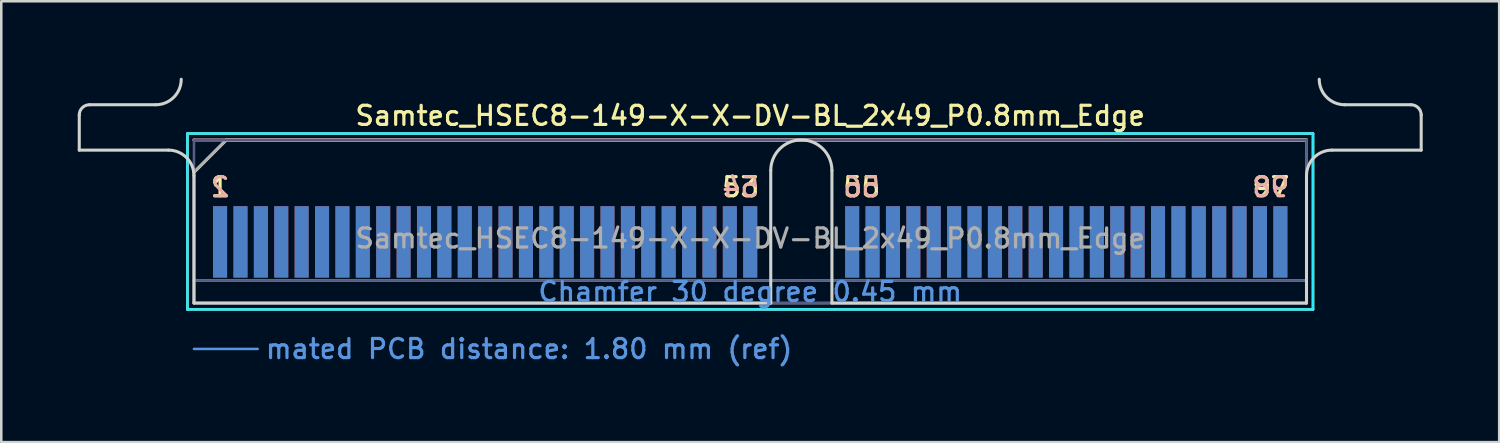
<source format=kicad_pcb>
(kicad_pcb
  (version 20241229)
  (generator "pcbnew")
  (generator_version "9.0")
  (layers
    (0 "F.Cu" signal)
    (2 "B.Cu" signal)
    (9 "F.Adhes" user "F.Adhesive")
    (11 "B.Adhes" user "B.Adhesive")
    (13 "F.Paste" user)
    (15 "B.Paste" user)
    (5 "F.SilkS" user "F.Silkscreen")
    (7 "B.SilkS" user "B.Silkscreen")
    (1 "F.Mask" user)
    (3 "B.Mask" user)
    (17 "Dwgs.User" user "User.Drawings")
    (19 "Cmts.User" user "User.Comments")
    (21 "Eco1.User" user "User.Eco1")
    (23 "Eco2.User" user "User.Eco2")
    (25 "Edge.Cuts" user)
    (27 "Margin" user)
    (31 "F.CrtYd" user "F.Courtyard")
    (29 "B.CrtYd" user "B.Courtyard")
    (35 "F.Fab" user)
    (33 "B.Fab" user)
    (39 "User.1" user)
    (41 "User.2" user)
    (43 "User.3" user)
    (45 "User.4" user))
  (footprint "Samtec_HSEC8-149-X-X-DV-BL_2x49_P0.8mm_Edge"
    (layer "F.Cu")
    (at 26.385 8.84)
    (property "Reference" "Samtec_HSEC8-149-X-X-DV-BL_2x49_P0.8mm_Edge" (at 0 -7.35 0) (layer "F.SilkS") (effects (font (size 0.75 0.75) (thickness 0.125))))
    (attr exclude_from_pos_files exclude_from_bom)
    (fp_line (start -22.08 -6.65) (end -22.08 0.25) (stroke (width 0.1) (type solid)) (layer "F.SilkS"))
    (fp_line (start -22.08 0.25) (end 22.08 0.25) (stroke (width 0.1) (type solid)) (layer "F.SilkS"))
    (fp_line (start -21.825 -5.13) (end -20.555 -6.4) (stroke (width 0.12) (type solid)) (layer "F.SilkS"))
    (fp_line (start -20.555 -6.4) (end 21.825 -6.4) (stroke (width 0.12) (type solid)) (layer "F.SilkS"))
    (fp_line (start 22.08 -6.65) (end -22.08 -6.65) (stroke (width 0.1) (type solid)) (layer "F.SilkS"))
    (fp_line (start 22.08 0.25) (end 22.08 -6.65) (stroke (width 0.1) (type solid)) (layer "F.SilkS"))
    (fp_line (start -21.825 -6.4) (end -21.825 -6.4) (stroke (width 0.12) (type solid)) (layer "B.SilkS"))
    (fp_line (start -21.825 -6.4) (end 21.825 -6.4) (stroke (width 0.12) (type solid)) (layer "B.SilkS"))
    (fp_line (start -21.825 1.8) (end -19.325 1.8) (stroke (width 0.1) (type solid)) (layer "Cmts.User"))
    (fp_line (start -26.325 -6) (end -26.325 -7.38) (stroke (width 0.12) (type solid)) (layer "Edge.Cuts"))
    (fp_line (start -25.925 -7.78) (end -23.325 -7.78) (stroke (width 0.12) (type solid)) (layer "Edge.Cuts"))
    (fp_line (start -22.825 -6) (end -26.325 -6) (stroke (width 0.12) (type solid)) (layer "Edge.Cuts"))
    (fp_line (start -21.825 -5) (end -21.825 0) (stroke (width 0.12) (type solid)) (layer "Edge.Cuts"))
    (fp_line (start -21.825 0) (end 0.805 0) (stroke (width 0.12) (type solid)) (layer "Edge.Cuts"))
    (fp_line (start 0.805 0) (end 0.805 -5.2) (stroke (width 0.12) (type solid)) (layer "Edge.Cuts"))
    (fp_line (start 3.205 -5.2) (end 3.205 0) (stroke (width 0.12) (type solid)) (layer "Edge.Cuts"))
    (fp_line (start 3.205 0) (end 21.825 0) (stroke (width 0.12) (type solid)) (layer "Edge.Cuts"))
    (fp_line (start 21.825 0) (end 21.825 -5) (stroke (width 0.12) (type solid)) (layer "Edge.Cuts"))
    (fp_line (start 22.825 -6) (end 26.325 -6) (stroke (width 0.12) (type solid)) (layer "Edge.Cuts"))
    (fp_line (start 25.925 -7.78) (end 23.325 -7.78) (stroke (width 0.12) (type solid)) (layer "Edge.Cuts"))
    (fp_line (start 26.325 -6) (end 26.325 -7.38) (stroke (width 0.12) (type solid)) (layer "Edge.Cuts"))
    (fp_arc (start -26.325 -7.38) (mid -26.207843 -7.662843) (end -25.925 -7.78) (stroke (width 0.12) (type solid)) (layer "Edge.Cuts"))
    (fp_arc (start -22.825 -6) (mid -22.117893 -5.707107) (end -21.825 -5) (stroke (width 0.12) (type solid)) (layer "Edge.Cuts"))
    (fp_arc (start -22.325 -8.78) (mid -22.617893 -8.072893) (end -23.325 -7.78) (stroke (width 0.12) (type solid)) (layer "Edge.Cuts"))
    (fp_arc (start 0.805 -5.2) (mid 2.005 -6.4) (end 3.205 -5.2) (stroke (width 0.12) (type solid)) (layer "Edge.Cuts"))
    (fp_arc (start 21.825 -5) (mid 22.117893 -5.707107) (end 22.825 -6) (stroke (width 0.12) (type solid)) (layer "Edge.Cuts"))
    (fp_arc (start 23.325 -7.78) (mid 22.617893 -8.072893) (end 22.325 -8.78) (stroke (width 0.12) (type solid)) (layer "Edge.Cuts"))
    (fp_arc (start 25.925 -7.78) (mid 26.207843 -7.662843) (end 26.325 -7.38) (stroke (width 0.12) (type solid)) (layer "Edge.Cuts"))
    (fp_line (start -22.08 -6.65) (end -22.08 0.25) (stroke (width 0.1) (type solid)) (layer "B.CrtYd"))
    (fp_line (start -22.08 0.25) (end 22.08 0.25) (stroke (width 0.1) (type solid)) (layer "B.CrtYd"))
    (fp_line (start 22.08 -6.65) (end -22.08 -6.65) (stroke (width 0.1) (type solid)) (layer "B.CrtYd"))
    (fp_line (start 22.08 0.25) (end 22.08 -6.65) (stroke (width 0.1) (type solid)) (layer "B.CrtYd"))
    (fp_line (start -21.825 -6.4) (end -21.825 -6.4) (stroke (width 0.1) (type solid)) (layer "B.Fab"))
    (fp_line (start -21.825 -6.4) (end -21.825 0) (stroke (width 0.1) (type solid)) (layer "B.Fab"))
    (fp_line (start -21.825 -6.4) (end 21.825 -6.4) (stroke (width 0.1) (type solid)) (layer "B.Fab"))
    (fp_line (start -21.825 -0.88) (end 21.825 -0.88) (stroke (width 0.1) (type solid)) (layer "B.Fab"))
    (fp_line (start -21.825 0) (end 21.825 0) (stroke (width 0.1) (type solid)) (layer "B.Fab"))
    (fp_line (start 21.825 -6.4) (end 21.825 0) (stroke (width 0.1) (type solid)) (layer "B.Fab"))
    (fp_line (start -21.825 -5.13) (end -21.825 0) (stroke (width 0.1) (type solid)) (layer "F.Fab"))
    (fp_line (start -21.825 -5.13) (end -20.555 -6.4) (stroke (width 0.1) (type solid)) (layer "F.Fab"))
    (fp_line (start -21.825 -0.88) (end 21.825 -0.88) (stroke (width 0.1) (type solid)) (layer "F.Fab"))
    (fp_line (start -21.825 0) (end 21.825 0) (stroke (width 0.1) (type solid)) (layer "F.Fab"))
    (fp_line (start -20.555 -6.4) (end 21.825 -6.4) (stroke (width 0.1) (type solid)) (layer "F.Fab"))
    (fp_line (start 21.825 -6.4) (end 21.825 0) (stroke (width 0.1) (type solid)) (layer "F.Fab"))
    (fp_text user "53" (at -0.375 -4.55 0) (layer "F.SilkS") (effects (font (size 0.75 0.75) (thickness 0.125))))
    (fp_text user "97" (at 20.425 -4.55 0) (layer "F.SilkS") (effects (font (size 0.75 0.75) (thickness 0.125))))
    (fp_text user "1" (at -20.8 -4.55 0) (layer "F.SilkS") (effects (font (size 0.75 0.75) (thickness 0.125))))
    (fp_text user "55" (at 4.375 -4.55 0) (layer "F.SilkS") (effects (font (size 0.75 0.75) (thickness 0.125))))
    (fp_text user "54" (at -0.375 -4.55 0) (layer "B.SilkS") (effects (font (size 0.75 0.75) (thickness 0.125)) (justify mirror)))
    (fp_text user "56" (at 4.375 -4.55 0) (layer "B.SilkS") (effects (font (size 0.75 0.75) (thickness 0.125)) (justify mirror)))
    (fp_text user "2" (at -20.8 -4.55 0) (layer "B.SilkS") (effects (font (size 0.75 0.75) (thickness 0.125)) (justify mirror)))
    (fp_text user "98" (at 20.425 -4.55 0) (layer "B.SilkS") (effects (font (size 0.75 0.75) (thickness 0.125)) (justify mirror)))
    (fp_text user "mated PCB distance: 1.80 mm (ref)" (at -19.08 1.8 0) (layer "Cmts.User") (effects (font (size 0.75 0.75) (thickness 0.125)) (justify left)))
    (fp_text user "Chamfer 30 degree 0.45 mm" (at 0 -0.44 0) (layer "Cmts.User") (effects (font (size 0.75 0.75) (thickness 0.125))))
    (fp_text user "${REFERENCE}" (at 0 -2.54 0) (layer "F.Fab") (effects (font (size 0.75 0.75) (thickness 0.125))))
    (pad "1" connect rect (at -20.8 -2.4) (size 0.55 2.8) (layers "F.Cu" "F.Mask"))
    (pad "2" connect rect (at -20.8 -2.4) (size 0.55 2.8) (layers "B.Cu" "B.Mask"))
    (pad "3" connect rect (at -20 -2.4) (size 0.55 2.8) (layers "F.Cu" "F.Mask"))
    (pad "4" connect rect (at -20 -2.4) (size 0.55 2.8) (layers "B.Cu" "B.Mask"))
    (pad "5" connect rect (at -19.2 -2.4) (size 0.55 2.8) (layers "F.Cu" "F.Mask"))
    (pad "6" connect rect (at -19.2 -2.4) (size 0.55 2.8) (layers "B.Cu" "B.Mask"))
    (pad "7" connect rect (at -18.4 -2.4) (size 0.55 2.8) (layers "F.Cu" "F.Mask"))
    (pad "8" connect rect (at -18.4 -2.4) (size 0.55 2.8) (layers "B.Cu" "B.Mask"))
    (pad "9" connect rect (at -17.6 -2.4) (size 0.55 2.8) (layers "F.Cu" "F.Mask"))
    (pad "10" connect rect (at -17.6 -2.4) (size 0.55 2.8) (layers "B.Cu" "B.Mask"))
    (pad "11" connect rect (at -16.8 -2.4) (size 0.55 2.8) (layers "F.Cu" "F.Mask"))
    (pad "12" connect rect (at -16.8 -2.4) (size 0.55 2.8) (layers "B.Cu" "B.Mask"))
    (pad "13" connect rect (at -16 -2.4) (size 0.55 2.8) (layers "F.Cu" "F.Mask"))
    (pad "14" connect rect (at -16 -2.4) (size 0.55 2.8) (layers "B.Cu" "B.Mask"))
    (pad "15" connect rect (at -15.2 -2.4) (size 0.55 2.8) (layers "F.Cu" "F.Mask"))
    (pad "16" connect rect (at -15.2 -2.4) (size 0.55 2.8) (layers "B.Cu" "B.Mask"))
    (pad "17" connect rect (at -14.4 -2.4) (size 0.55 2.8) (layers "F.Cu" "F.Mask"))
    (pad "18" connect rect (at -14.4 -2.4) (size 0.55 2.8) (layers "B.Cu" "B.Mask"))
    (pad "19" connect rect (at -13.6 -2.4) (size 0.55 2.8) (layers "F.Cu" "F.Mask"))
    (pad "20" connect rect (at -13.6 -2.4) (size 0.55 2.8) (layers "B.Cu" "B.Mask"))
    (pad "21" connect rect (at -12.8 -2.4) (size 0.55 2.8) (layers "F.Cu" "F.Mask"))
    (pad "22" connect rect (at -12.8 -2.4) (size 0.55 2.8) (layers "B.Cu" "B.Mask"))
    (pad "23" connect rect (at -12 -2.4) (size 0.55 2.8) (layers "F.Cu" "F.Mask"))
    (pad "24" connect rect (at -12 -2.4) (size 0.55 2.8) (layers "B.Cu" "B.Mask"))
    (pad "25" connect rect (at -11.2 -2.4) (size 0.55 2.8) (layers "F.Cu" "F.Mask"))
    (pad "26" connect rect (at -11.2 -2.4) (size 0.55 2.8) (layers "B.Cu" "B.Mask"))
    (pad "27" connect rect (at -10.4 -2.4) (size 0.55 2.8) (layers "F.Cu" "F.Mask"))
    (pad "28" connect rect (at -10.4 -2.4) (size 0.55 2.8) (layers "B.Cu" "B.Mask"))
    (pad "29" connect rect (at -9.6 -2.4) (size 0.55 2.8) (layers "F.Cu" "F.Mask"))
    (pad "30" connect rect (at -9.6 -2.4) (size 0.55 2.8) (layers "B.Cu" "B.Mask"))
    (pad "31" connect rect (at -8.8 -2.4) (size 0.55 2.8) (layers "F.Cu" "F.Mask"))
    (pad "32" connect rect (at -8.8 -2.4) (size 0.55 2.8) (layers "B.Cu" "B.Mask"))
    (pad "33" connect rect (at -8 -2.4) (size 0.55 2.8) (layers "F.Cu" "F.Mask"))
    (pad "34" connect rect (at -8 -2.4) (size 0.55 2.8) (layers "B.Cu" "B.Mask"))
    (pad "35" connect rect (at -7.2 -2.4) (size 0.55 2.8) (layers "F.Cu" "F.Mask"))
    (pad "36" connect rect (at -7.2 -2.4) (size 0.55 2.8) (layers "B.Cu" "B.Mask"))
    (pad "37" connect rect (at -6.4 -2.4) (size 0.55 2.8) (layers "F.Cu" "F.Mask"))
    (pad "38" connect rect (at -6.4 -2.4) (size 0.55 2.8) (layers "B.Cu" "B.Mask"))
    (pad "39" connect rect (at -5.6 -2.4) (size 0.55 2.8) (layers "F.Cu" "F.Mask"))
    (pad "40" connect rect (at -5.6 -2.4) (size 0.55 2.8) (layers "B.Cu" "B.Mask"))
    (pad "41" connect rect (at -4.8 -2.4) (size 0.55 2.8) (layers "F.Cu" "F.Mask"))
    (pad "42" connect rect (at -4.8 -2.4) (size 0.55 2.8) (layers "B.Cu" "B.Mask"))
    (pad "43" connect rect (at -4 -2.4) (size 0.55 2.8) (layers "F.Cu" "F.Mask"))
    (pad "44" connect rect (at -4 -2.4) (size 0.55 2.8) (layers "B.Cu" "B.Mask"))
    (pad "45" connect rect (at -3.2 -2.4) (size 0.55 2.8) (layers "F.Cu" "F.Mask"))
    (pad "46" connect rect (at -3.2 -2.4) (size 0.55 2.8) (layers "B.Cu" "B.Mask"))
    (pad "47" connect rect (at -2.4 -2.4) (size 0.55 2.8) (layers "F.Cu" "F.Mask"))
    (pad "48" connect rect (at -2.4 -2.4) (size 0.55 2.8) (layers "B.Cu" "B.Mask"))
    (pad "49" connect rect (at -1.6 -2.4) (size 0.55 2.8) (layers "F.Cu" "F.Mask"))
    (pad "50" connect rect (at -1.6 -2.4) (size 0.55 2.8) (layers "B.Cu" "B.Mask"))
    (pad "51" connect rect (at -0.8 -2.4) (size 0.55 2.8) (layers "F.Cu" "F.Mask"))
    (pad "52" connect rect (at -0.8 -2.4) (size 0.55 2.8) (layers "B.Cu" "B.Mask"))
    (pad "53" connect rect (at 0 -2.4) (size 0.55 2.8) (layers "F.Cu" "F.Mask"))
    (pad "54" connect rect (at 0 -2.4) (size 0.55 2.8) (layers "B.Cu" "B.Mask"))
    (pad "55" connect rect (at 4 -2.4) (size 0.55 2.8) (layers "F.Cu" "F.Mask"))
    (pad "56" connect rect (at 4 -2.4) (size 0.55 2.8) (layers "B.Cu" "B.Mask"))
    (pad "57" connect rect (at 4.8 -2.4) (size 0.55 2.8) (layers "F.Cu" "F.Mask"))
    (pad "58" connect rect (at 4.8 -2.4) (size 0.55 2.8) (layers "B.Cu" "B.Mask"))
    (pad "59" connect rect (at 5.6 -2.4) (size 0.55 2.8) (layers "F.Cu" "F.Mask"))
    (pad "60" connect rect (at 5.6 -2.4) (size 0.55 2.8) (layers "B.Cu" "B.Mask"))
    (pad "61" connect rect (at 6.4 -2.4) (size 0.55 2.8) (layers "F.Cu" "F.Mask"))
    (pad "62" connect rect (at 6.4 -2.4) (size 0.55 2.8) (layers "B.Cu" "B.Mask"))
    (pad "63" connect rect (at 7.2 -2.4) (size 0.55 2.8) (layers "F.Cu" "F.Mask"))
    (pad "64" connect rect (at 7.2 -2.4) (size 0.55 2.8) (layers "B.Cu" "B.Mask"))
    (pad "65" connect rect (at 8 -2.4) (size 0.55 2.8) (layers "F.Cu" "F.Mask"))
    (pad "66" connect rect (at 8 -2.4) (size 0.55 2.8) (layers "B.Cu" "B.Mask"))
    (pad "67" connect rect (at 8.8 -2.4) (size 0.55 2.8) (layers "F.Cu" "F.Mask"))
    (pad "68" connect rect (at 8.8 -2.4) (size 0.55 2.8) (layers "B.Cu" "B.Mask"))
    (pad "69" connect rect (at 9.6 -2.4) (size 0.55 2.8) (layers "F.Cu" "F.Mask"))
    (pad "70" connect rect (at 9.6 -2.4) (size 0.55 2.8) (layers "B.Cu" "B.Mask"))
    (pad "71" connect rect (at 10.4 -2.4) (size 0.55 2.8) (layers "F.Cu" "F.Mask"))
    (pad "72" connect rect (at 10.4 -2.4) (size 0.55 2.8) (layers "B.Cu" "B.Mask"))
    (pad "73" connect rect (at 11.2 -2.4) (size 0.55 2.8) (layers "F.Cu" "F.Mask"))
    (pad "74" connect rect (at 11.2 -2.4) (size 0.55 2.8) (layers "B.Cu" "B.Mask"))
    (pad "75" connect rect (at 12 -2.4) (size 0.55 2.8) (layers "F.Cu" "F.Mask"))
    (pad "76" connect rect (at 12 -2.4) (size 0.55 2.8) (layers "B.Cu" "B.Mask"))
    (pad "77" connect rect (at 12.8 -2.4) (size 0.55 2.8) (layers "F.Cu" "F.Mask"))
    (pad "78" connect rect (at 12.8 -2.4) (size 0.55 2.8) (layers "B.Cu" "B.Mask"))
    (pad "79" connect rect (at 13.6 -2.4) (size 0.55 2.8) (layers "F.Cu" "F.Mask"))
    (pad "80" connect rect (at 13.6 -2.4) (size 0.55 2.8) (layers "B.Cu" "B.Mask"))
    (pad "81" connect rect (at 14.4 -2.4) (size 0.55 2.8) (layers "F.Cu" "F.Mask"))
    (pad "82" connect rect (at 14.4 -2.4) (size 0.55 2.8) (layers "B.Cu" "B.Mask"))
    (pad "83" connect rect (at 15.2 -2.4) (size 0.55 2.8) (layers "F.Cu" "F.Mask"))
    (pad "84" connect rect (at 15.2 -2.4) (size 0.55 2.8) (layers "B.Cu" "B.Mask"))
    (pad "85" connect rect (at 16 -2.4) (size 0.55 2.8) (layers "F.Cu" "F.Mask"))
    (pad "86" connect rect (at 16 -2.4) (size 0.55 2.8) (layers "B.Cu" "B.Mask"))
    (pad "87" connect rect (at 16.8 -2.4) (size 0.55 2.8) (layers "F.Cu" "F.Mask"))
    (pad "88" connect rect (at 16.8 -2.4) (size 0.55 2.8) (layers "B.Cu" "B.Mask"))
    (pad "89" connect rect (at 17.6 -2.4) (size 0.55 2.8) (layers "F.Cu" "F.Mask"))
    (pad "90" connect rect (at 17.6 -2.4) (size 0.55 2.8) (layers "B.Cu" "B.Mask"))
    (pad "91" connect rect (at 18.4 -2.4) (size 0.55 2.8) (layers "F.Cu" "F.Mask"))
    (pad "92" connect rect (at 18.4 -2.4) (size 0.55 2.8) (layers "B.Cu" "B.Mask"))
    (pad "93" connect rect (at 19.2 -2.4) (size 0.55 2.8) (layers "F.Cu" "F.Mask"))
    (pad "94" connect rect (at 19.2 -2.4) (size 0.55 2.8) (layers "B.Cu" "B.Mask"))
    (pad "95" connect rect (at 20 -2.4) (size 0.55 2.8) (layers "F.Cu" "F.Mask"))
    (pad "96" connect rect (at 20 -2.4) (size 0.55 2.8) (layers "B.Cu" "B.Mask"))
    (pad "97" connect rect (at 20.8 -2.4) (size 0.55 2.8) (layers "F.Cu" "F.Mask"))
    (pad "98" connect rect (at 20.8 -2.4) (size 0.55 2.8) (layers "B.Cu" "B.Mask")))
  (gr_rect
    (start -3 -3)
    (end 55.77 14.298)
    (stroke (width 0.1) (type default))
    (fill no)
    (layer "Edge.Cuts")))
</source>
